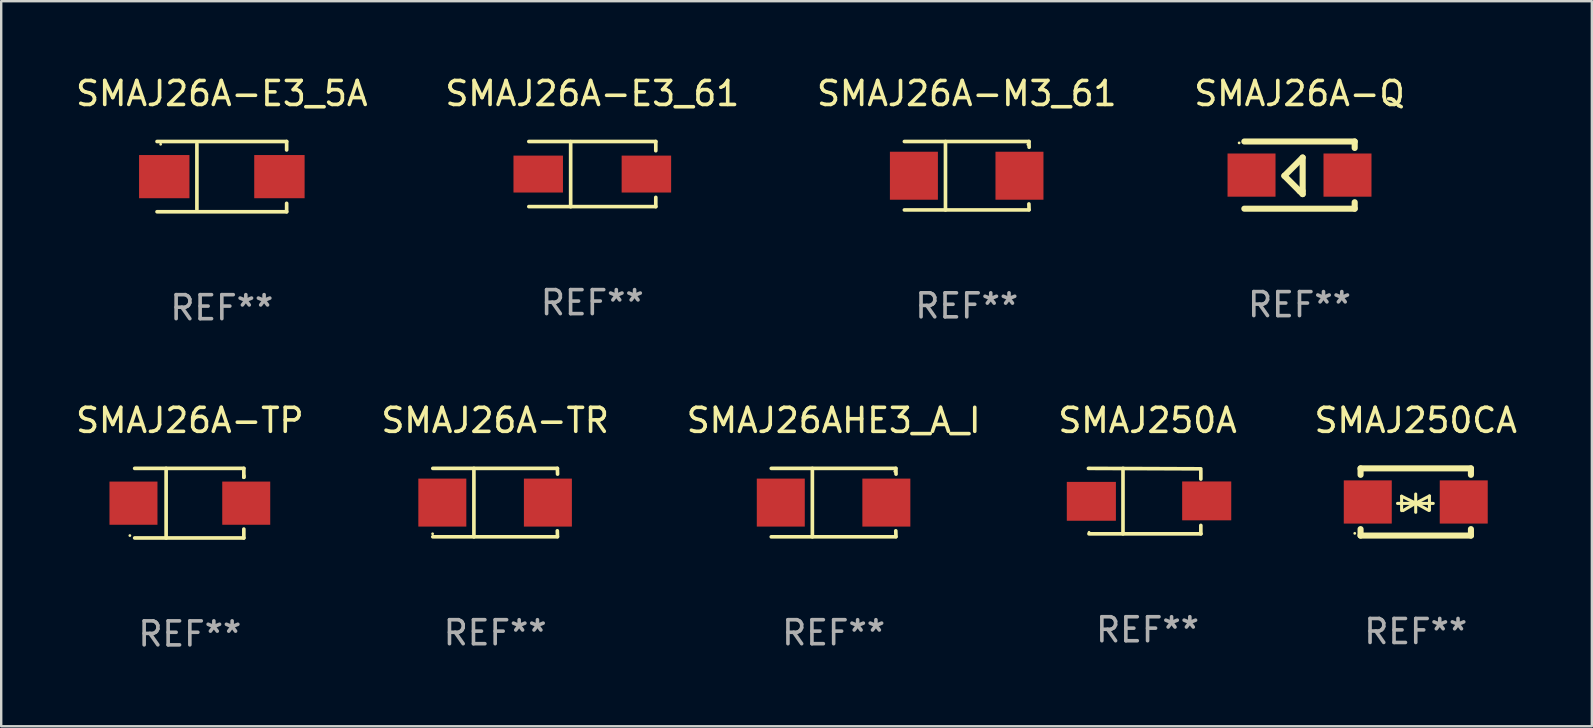
<source format=kicad_pcb>
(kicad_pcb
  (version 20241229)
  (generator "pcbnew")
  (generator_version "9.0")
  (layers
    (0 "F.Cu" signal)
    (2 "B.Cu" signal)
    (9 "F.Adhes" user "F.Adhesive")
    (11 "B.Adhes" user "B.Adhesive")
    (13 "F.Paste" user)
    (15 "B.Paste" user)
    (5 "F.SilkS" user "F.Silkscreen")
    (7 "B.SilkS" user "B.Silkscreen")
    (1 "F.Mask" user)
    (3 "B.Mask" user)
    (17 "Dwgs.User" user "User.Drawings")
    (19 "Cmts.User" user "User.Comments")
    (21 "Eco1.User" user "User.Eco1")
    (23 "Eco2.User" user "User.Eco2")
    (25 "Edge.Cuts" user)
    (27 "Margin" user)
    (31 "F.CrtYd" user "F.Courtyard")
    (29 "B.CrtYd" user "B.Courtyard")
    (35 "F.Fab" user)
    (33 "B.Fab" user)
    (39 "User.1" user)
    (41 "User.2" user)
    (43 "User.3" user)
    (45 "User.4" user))
  (footprint "SMAJ26A-E3_61"
    (layer "F.Cu")
    (at 21.637 4.207)
    (property "Reference" "SMAJ26A-E3_61" (at 0 -3.359 0) (layer "F.SilkS") (effects (font (size 1 1) (thickness 0.15))))
    (attr through_hole)
    (fp_line (start -2.646 -1.359) (end 2.646 -1.359) (stroke (width 0.152) (type solid)) (layer "F.SilkS"))
    (fp_line (start -2.646 1.354) (end 2.646 1.354) (stroke (width 0.152) (type solid)) (layer "F.SilkS"))
    (fp_line (start -0.902 -1.354) (end -0.902 1.359) (stroke (width 0.152) (type solid)) (layer "F.SilkS"))
    (fp_line (start 2.646 -1.359) (end 2.646 -0.975) (stroke (width 0.152) (type solid)) (layer "F.SilkS"))
    (fp_line (start 2.646 1.354) (end 2.646 0.97) (stroke (width 0.152) (type solid)) (layer "F.SilkS"))
    (fp_circle (center 2.55 -1.352) (end 2.58 -1.352) (stroke (width 0.06) (type solid)) (fill no) (layer "F.SilkS"))
    (fp_text user "REF**" (at 0 5.359 0) (layer "F.Fab") (effects (font (size 1 1) (thickness 0.15))))
    (pad "1" smd rect (at 2.254 -0.002) (size 2.063 1.539) (layers "F.Cu" "F.Mask" "F.Paste"))
    (pad "2" smd rect (at -2.254 -0.002) (size 2.063 1.539) (layers "F.Cu" "F.Mask" "F.Paste")))
  (footprint "SMAJ26A-TP"
    (layer "F.Cu")
    (at 4.863 17.922)
    (property "Reference" "SMAJ26A-TP" (at 0 -3.45 0) (layer "F.SilkS") (effects (font (size 1 1) (thickness 0.15))))
    (attr through_hole)
    (fp_line (start -2.3 -1.45) (end 2.25 -1.45) (stroke (width 0.152) (type solid)) (layer "F.SilkS"))
    (fp_line (start -0.989 -1.45) (end -0.989 1.45) (stroke (width 0.152) (type solid)) (layer "F.SilkS"))
    (fp_line (start 2.25 -1.45) (end 2.25 -1.08) (stroke (width 0.152) (type solid)) (layer "F.SilkS"))
    (fp_line (start 2.25 -1.08) (end 2.25 -1.142) (stroke (width 0.152) (type solid)) (layer "F.SilkS"))
    (fp_line (start 2.25 1.45) (end -2.3 1.45) (stroke (width 0.152) (type solid)) (layer "F.SilkS"))
    (fp_line (start 2.25 1.45) (end 2.25 1.08) (stroke (width 0.152) (type solid)) (layer "F.SilkS"))
    (fp_circle (center -2.5 1.35) (end -2.47 1.35) (stroke (width 0.06) (type solid)) (fill no) (layer "F.SilkS"))
    (fp_text user "REF**" (at 0 5.45 0) (layer "F.Fab") (effects (font (size 1 1) (thickness 0.15))))
    (pad "1" smd rect (at -2.35 0.000025) (size 2 1.8) (layers "F.Cu" "F.Mask" "F.Paste"))
    (pad "2" smd rect (at 2.35 0.000025) (size 2 1.8) (layers "F.Cu" "F.Mask" "F.Paste")))
  (footprint "SMAJ26A-E3_5A"
    (layer "F.Cu")
    (at 6.196 4.312)
    (property "Reference" "SMAJ26A-E3_5A" (at 0 -3.464 0) (layer "F.SilkS") (effects (font (size 1 1) (thickness 0.15))))
    (attr through_hole)
    (fp_line (start -2.701 -1.464) (end 2.701 -1.464) (stroke (width 0.152) (type solid)) (layer "F.SilkS"))
    (fp_line (start -2.701 1.464) (end 2.701 1.464) (stroke (width 0.152) (type solid)) (layer "F.SilkS"))
    (fp_line (start -1.039 -1.364) (end -1.039 1.364) (stroke (width 0.152) (type solid)) (layer "F.SilkS"))
    (fp_line (start 2.701 -1.464) (end 2.701 -1.113) (stroke (width 0.152) (type solid)) (layer "F.SilkS"))
    (fp_line (start 2.701 1.464) (end 2.701 1.113) (stroke (width 0.152) (type solid)) (layer "F.SilkS"))
    (fp_circle (center -2.55 -1.35) (end -2.52 -1.35) (stroke (width 0.06) (type solid)) (fill no) (layer "F.SilkS"))
    (fp_text user "REF**" (at 0 5.464 0) (layer "F.Fab") (effects (font (size 1 1) (thickness 0.15))))
    (pad "1" smd rect (at -2.4 0) (size 2.1 1.8) (layers "F.Cu" "F.Mask" "F.Paste"))
    (pad "2" smd rect (at 2.4 0) (size 2.1 1.8) (layers "F.Cu" "F.Mask" "F.Paste")))
  (footprint "SMAJ250CA"
    (layer "F.Cu")
    (at 55.958 17.872)
    (property "Reference" "SMAJ250CA" (at 0 -3.4 0) (layer "F.SilkS") (effects (font (size 1 1) (thickness 0.15))))
    (attr through_hole)
    (fp_line (start -2.3 -1.4) (end -2.3 -1.131) (stroke (width 0.254) (type solid)) (layer "F.SilkS"))
    (fp_line (start -2.3 -1.4) (end 2.3 -1.4) (stroke (width 0.254) (type solid)) (layer "F.SilkS"))
    (fp_line (start -2.3 1.131) (end -2.3 1.4) (stroke (width 0.254) (type solid)) (layer "F.SilkS"))
    (fp_line (start -2.3 1.4) (end 2.3 1.4) (stroke (width 0.254) (type solid)) (layer "F.SilkS"))
    (fp_line (start -0.76 0.06) (end 0.73 0.06) (stroke (width 0.127) (type solid)) (layer "F.SilkS"))
    (fp_line (start -0.59 -0.24) (end -0.59 0.36) (stroke (width 0.127) (type solid)) (layer "F.SilkS"))
    (fp_line (start -0.59 -0.24) (end -0.002 0.049) (stroke (width 0.127) (type solid)) (layer "F.SilkS"))
    (fp_line (start -0.53 0.36) (end -0.002 0.049) (stroke (width 0.127) (type solid)) (layer "F.SilkS"))
    (fp_line (start -0.002 0.049) (end -0.002 -0.332) (stroke (width 0.127) (type solid)) (layer "F.SilkS"))
    (fp_line (start -0.002 0.049) (end -0.002 0.43) (stroke (width 0.127) (type solid)) (layer "F.SilkS"))
    (fp_line (start 0.54 0.35) (end -0.002 0.049) (stroke (width 0.127) (type solid)) (layer "F.SilkS"))
    (fp_line (start 0.57 -0.25) (end -0.002 0.049) (stroke (width 0.127) (type solid)) (layer "F.SilkS"))
    (fp_line (start 0.57 -0.25) (end 0.57 0.35) (stroke (width 0.127) (type solid)) (layer "F.SilkS"))
    (fp_line (start 2.3 -1.4) (end 2.3 -1.131) (stroke (width 0.254) (type solid)) (layer "F.SilkS"))
    (fp_line (start 2.3 1.131) (end 2.3 1.4) (stroke (width 0.254) (type solid)) (layer "F.SilkS"))
    (fp_circle (center -2.542 1.308) (end -2.512 1.308) (stroke (width 0.06) (type solid)) (fill no) (layer "F.SilkS"))
    (fp_text user "REF**" (at 0 5.4 0) (layer "F.Fab") (effects (font (size 1 1) (thickness 0.15))))
    (pad "1" smd rect (at -2 0) (size 2 1.8) (layers "F.Cu" "F.Mask" "F.Paste"))
    (pad "2" smd rect (at 2 0) (size 2 1.8) (layers "F.Cu" "F.Mask" "F.Paste")))
  (footprint "SMAJ26AHE3_A_I"
    (layer "F.Cu")
    (at 31.696 17.898)
    (property "Reference" "SMAJ26AHE3_A_I" (at 0 -3.426 0) (layer "F.SilkS") (effects (font (size 1 1) (thickness 0.15))))
    (attr through_hole)
    (fp_line (start -2.6 -1.426) (end 2.593 -1.426) (stroke (width 0.152) (type solid)) (layer "F.SilkS"))
    (fp_line (start -2.6 1.426) (end 2.593 1.426) (stroke (width 0.152) (type solid)) (layer "F.SilkS"))
    (fp_line (start -0.887 -1.426) (end -0.887 1.426) (stroke (width 0.152) (type solid)) (layer "F.SilkS"))
    (fp_line (start 2.59 1.176) (end 2.597 1.415) (stroke (width 0.152) (type solid)) (layer "F.SilkS"))
    (fp_line (start 2.593 -1.426) (end 2.6 -1.187) (stroke (width 0.152) (type solid)) (layer "F.SilkS"))
    (fp_circle (center 2.547 -1.3) (end 2.577 -1.3) (stroke (width 0.06) (type solid)) (fill no) (layer "F.SilkS"))
    (fp_text user "REF**" (at 0 5.426 0) (layer "F.Fab") (effects (font (size 1 1) (thickness 0.15))))
    (pad "1" smd rect (at 2.197 -0.000025 180) (size 2 2) (layers "F.Cu" "F.Mask" "F.Paste"))
    (pad "2" smd rect (at -2.203 -0.000025 180) (size 2 2) (layers "F.Cu" "F.Mask" "F.Paste")))
  (footprint "SMAJ26A-Q"
    (layer "F.Cu")
    (at 51.113 4.248)
    (property "Reference" "SMAJ26A-Q" (at 0 -3.4 0) (layer "F.SilkS") (effects (font (size 1 1) (thickness 0.15))))
    (attr through_hole)
    (fp_line (start -2.3 -1.4) (end 2.3 -1.4) (stroke (width 0.254) (type solid)) (layer "F.SilkS"))
    (fp_line (start -2.3 1.4) (end 2.3 1.4) (stroke (width 0.254) (type solid)) (layer "F.SilkS"))
    (fp_line (start -0.631 0.03) (end 0.131 -0.732) (stroke (width 0.254) (type solid)) (layer "F.SilkS"))
    (fp_line (start 0.004 0.665) (end -0.631 0.03) (stroke (width 0.254) (type solid)) (layer "F.SilkS"))
    (fp_line (start 0.131 -0.732) (end 0.131 0.665) (stroke (width 0.254) (type solid)) (layer "F.SilkS"))
    (fp_line (start 0.131 0.665) (end 0.131 0.792) (stroke (width 0.254) (type solid)) (layer "F.SilkS"))
    (fp_line (start 0.131 0.792) (end 0.004 0.665) (stroke (width 0.254) (type solid)) (layer "F.SilkS"))
    (fp_line (start 2.3 -1.4) (end 2.3 -1.131) (stroke (width 0.254) (type solid)) (layer "F.SilkS"))
    (fp_line (start 2.3 1.131) (end 2.3 1.4) (stroke (width 0.254) (type solid)) (layer "F.SilkS"))
    (fp_circle (center -2.517 -1.342) (end -2.487 -1.342) (stroke (width 0.06) (type solid)) (fill no) (layer "F.SilkS"))
    (fp_text user "REF**" (at 0 5.4 0) (layer "F.Fab") (effects (font (size 1 1) (thickness 0.15))))
    (pad "1" smd rect (at -2 -0.000127) (size 2 1.8) (layers "F.Cu" "F.Mask" "F.Paste"))
    (pad "2" smd rect (at 2 -0.000127) (size 2 1.8) (layers "F.Cu" "F.Mask" "F.Paste")))
  (footprint "SMAJ250A"
    (layer "F.Cu")
    (at 44.78 17.836)
    (property "Reference" "SMAJ250A" (at 0 -3.364 0) (layer "F.SilkS") (effects (font (size 1 1) (thickness 0.15))))
    (attr through_hole)
    (fp_line (start -2.465 -1.364) (end 2.22 -1.346) (stroke (width 0.152) (type solid)) (layer "F.SilkS"))
    (fp_line (start -2.442 1.364) (end 2.226 1.364) (stroke (width 0.152) (type solid)) (layer "F.SilkS"))
    (fp_line (start -1.024 -1.364) (end -1.024 1.364) (stroke (width 0.152) (type solid)) (layer "F.SilkS"))
    (fp_line (start 2.22 -1.27) (end 2.22 -0.919) (stroke (width 0.152) (type solid)) (layer "F.SilkS"))
    (fp_line (start 2.22 1.364) (end 2.22 1.013) (stroke (width 0.152) (type solid)) (layer "F.SilkS"))
    (fp_circle (center -2.439 1.3) (end -2.409 1.3) (stroke (width 0.06) (type solid)) (fill no) (layer "F.SilkS"))
    (fp_text user "REF**" (at 0 5.364 0) (layer "F.Fab") (effects (font (size 1 1) (thickness 0.15))))
    (pad "1" smd rect (at -2.343 0.009) (size 2.046 1.62) (layers "F.Cu" "F.Mask" "F.Paste"))
    (pad "2" smd rect (at 2.465 -0.009 180) (size 2.046 1.62) (layers "F.Cu" "F.Mask" "F.Paste")))
  (footprint "SMAJ26A-M3_61"
    (layer "F.Cu")
    (at 37.244 4.274)
    (property "Reference" "SMAJ26A-M3_61" (at 0 -3.426 0) (layer "F.SilkS") (effects (font (size 1 1) (thickness 0.15))))
    (attr through_hole)
    (fp_line (start -2.6 -1.426) (end 2.593 -1.426) (stroke (width 0.152) (type solid)) (layer "F.SilkS"))
    (fp_line (start -2.6 1.426) (end 2.593 1.426) (stroke (width 0.152) (type solid)) (layer "F.SilkS"))
    (fp_line (start -0.887 -1.426) (end -0.887 1.426) (stroke (width 0.152) (type solid)) (layer "F.SilkS"))
    (fp_line (start 2.59 1.176) (end 2.597 1.415) (stroke (width 0.152) (type solid)) (layer "F.SilkS"))
    (fp_line (start 2.593 -1.426) (end 2.6 -1.187) (stroke (width 0.152) (type solid)) (layer "F.SilkS"))
    (fp_circle (center 2.547 -1.3) (end 2.577 -1.3) (stroke (width 0.06) (type solid)) (fill no) (layer "F.SilkS"))
    (fp_text user "REF**" (at 0 5.426 0) (layer "F.Fab") (effects (font (size 1 1) (thickness 0.15))))
    (pad "1" smd rect (at 2.197 -0.000025 180) (size 2 2) (layers "F.Cu" "F.Mask" "F.Paste"))
    (pad "2" smd rect (at -2.203 -0.000025 180) (size 2 2) (layers "F.Cu" "F.Mask" "F.Paste")))
  (footprint "SMAJ26A-TR"
    (layer "F.Cu")
    (at 17.589 17.898)
    (property "Reference" "SMAJ26A-TR" (at 0 -3.426 0) (layer "F.SilkS") (effects (font (size 1 1) (thickness 0.15))))
    (attr through_hole)
    (fp_line (start -2.6 -1.426) (end 2.593 -1.426) (stroke (width 0.152) (type solid)) (layer "F.SilkS"))
    (fp_line (start -2.6 1.426) (end 2.593 1.426) (stroke (width 0.152) (type solid)) (layer "F.SilkS"))
    (fp_line (start -0.887 -1.426) (end -0.887 1.426) (stroke (width 0.152) (type solid)) (layer "F.SilkS"))
    (fp_line (start 2.59 1.176) (end 2.597 1.415) (stroke (width 0.152) (type solid)) (layer "F.SilkS"))
    (fp_line (start 2.593 -1.426) (end 2.6 -1.187) (stroke (width 0.152) (type solid)) (layer "F.SilkS"))
    (fp_circle (center -2.608 1.3) (end -2.578 1.3) (stroke (width 0.06) (type solid)) (fill no) (layer "F.SilkS"))
    (fp_text user "REF**" (at 0 5.426 0) (layer "F.Fab") (effects (font (size 1 1) (thickness 0.15))))
    (pad "1" smd rect (at -2.203 0 180) (size 2 2) (layers "F.Cu" "F.Mask" "F.Paste"))
    (pad "2" smd rect (at 2.197 0 180) (size 2 2) (layers "F.Cu" "F.Mask" "F.Paste")))
  (gr_rect
    (start -3 -3)
    (end 63.298 27.22)
    (stroke (width 0.1) (type default))
    (fill no)
    (layer "Edge.Cuts")))
</source>
